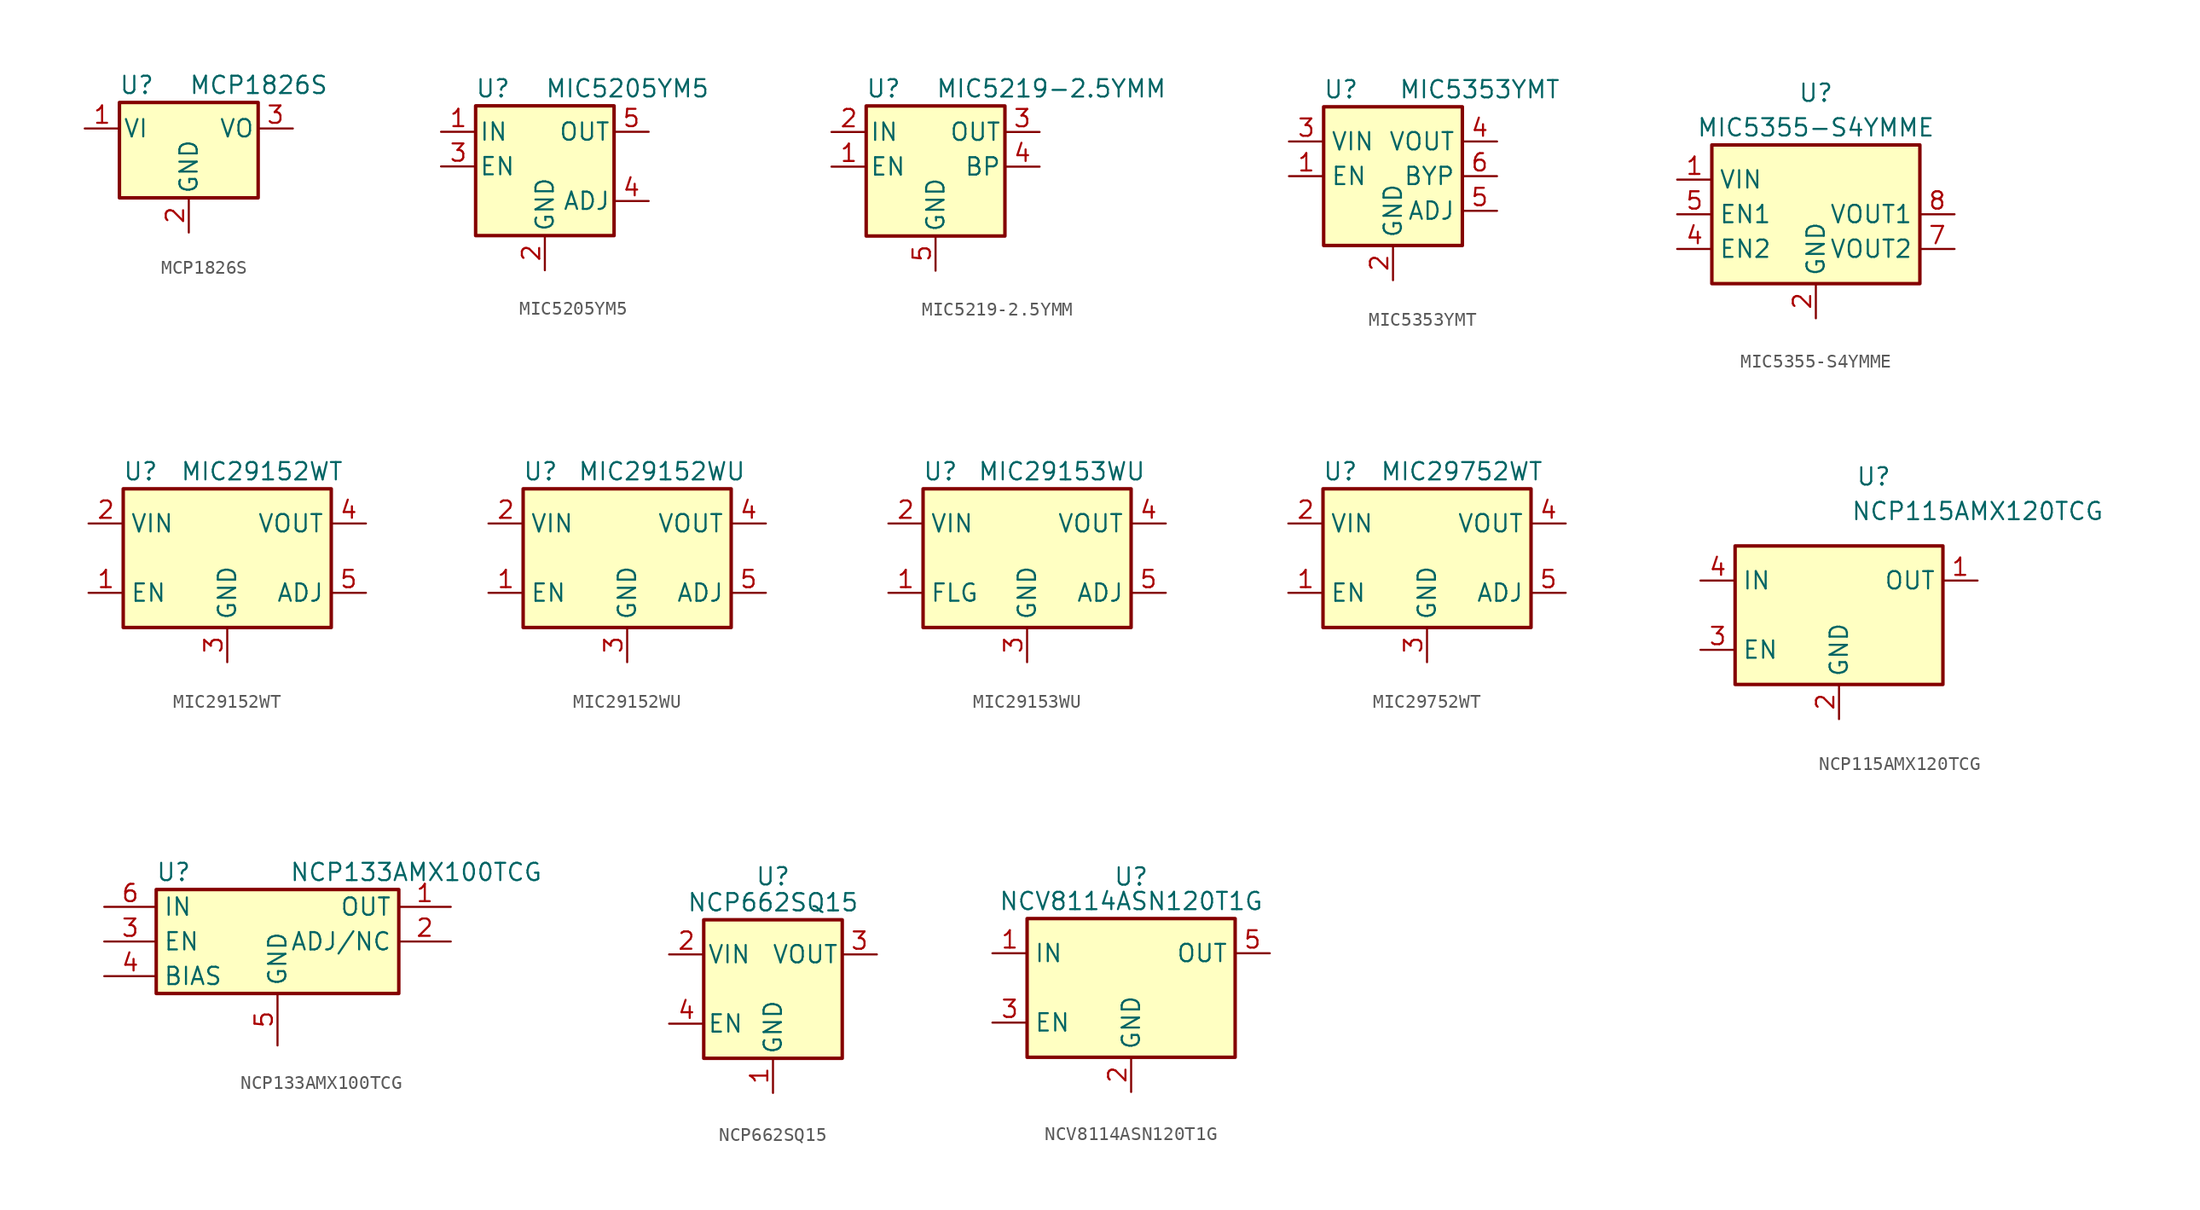
<source format=kicad_sym>
(kicad_symbol_lib
  (version 20211014)
  (generator kicad_symbol_editor)
  (symbol "MCP1826S"
    (pin_names
      (offset 0.254))
    (property "Reference" "U"
      (at -3.81 3.175 0)
      (effects (font (size 1.27 1.27))))
    (property "Value" "MCP1826S"
      (at 0 3.175 0)
      (effects (font (size 1.27 1.27)) (justify left)))
    (symbol "MCP1826S_0_1"
      (rectangle (start -5.08 1.905) (end 5.08 -5.08) (stroke (width 0.254) (type default) (color 0 0 0 0)) (fill (type background))))
    (symbol "MCP1826S_1_1"
      (pin power_in line (at -7.62 0 0) (length 2.54) (name "VI" (effects (font (size 1.27 1.27)))) (number "1" (effects (font (size 1.27 1.27)))))
      (pin power_in line (at 0 -7.62 90) (length 2.54) (name "GND" (effects (font (size 1.27 1.27)))) (number "2" (effects (font (size 1.27 1.27)))))
      (pin power_out line (at 7.62 0 180) (length 2.54) (name "VO" (effects (font (size 1.27 1.27)))) (number "3" (effects (font (size 1.27 1.27)))))))
  (symbol "MIC5205YM5"
    (pin_names
      (offset 0.254))
    (property "Reference" "U"
      (at -3.81 5.715 0)
      (effects (font (size 1.27 1.27))))
    (property "Value" "MIC5205YM5"
      (at 0 5.715 0)
      (effects (font (size 1.27 1.27)) (justify left)))
    (symbol "MIC5205YM5_0_1"
      (rectangle (start -5.08 4.445) (end 5.08 -5.08) (stroke (width 0.254) (type default) (color 0 0 0 0)) (fill (type background))))
    (symbol "MIC5205YM5_1_1"
      (pin power_in line (at -7.62 2.54 0) (length 2.54) (name "IN" (effects (font (size 1.27 1.27)))) (number "1" (effects (font (size 1.27 1.27)))))
      (pin power_in line (at 0 -7.62 90) (length 2.54) (name "GND" (effects (font (size 1.27 1.27)))) (number "2" (effects (font (size 1.27 1.27)))))
      (pin input line (at -7.62 0 0) (length 2.54) (name "EN" (effects (font (size 1.27 1.27)))) (number "3" (effects (font (size 1.27 1.27)))))
      (pin input line (at 7.62 -2.54 180) (length 2.54) (name "ADJ" (effects (font (size 1.27 1.27)))) (number "4" (effects (font (size 1.27 1.27)))))
      (pin power_out line (at 7.62 2.54 180) (length 2.54) (name "OUT" (effects (font (size 1.27 1.27)))) (number "5" (effects (font (size 1.27 1.27)))))))
  (symbol "MIC5219-2.5YMM"
    (pin_names
      (offset 0.254))
    (property "Reference" "U"
      (at -3.81 5.715 0)
      (effects (font (size 1.27 1.27))))
    (property "Value" "MIC5219-2.5YMM"
      (at 0 5.715 0)
      (effects (font (size 1.27 1.27)) (justify left)))
    (symbol "MIC5219-2.5YMM_0_1"
      (rectangle (start -5.08 4.445) (end 5.08 -5.08) (stroke (width 0.254) (type default) (color 0 0 0 0)) (fill (type background))))
    (symbol "MIC5219-2.5YMM_1_1"
      (pin input line (at -7.62 0 0) (length 2.54) (name "EN" (effects (font (size 1.27 1.27)))) (number "1" (effects (font (size 1.27 1.27)))))
      (pin power_in line (at -7.62 2.54 0) (length 2.54) (name "IN" (effects (font (size 1.27 1.27)))) (number "2" (effects (font (size 1.27 1.27)))))
      (pin power_out line (at 7.62 2.54 180) (length 2.54) (name "OUT" (effects (font (size 1.27 1.27)))) (number "3" (effects (font (size 1.27 1.27)))))
      (pin input line (at 7.62 0 180) (length 2.54) (name "BP" (effects (font (size 1.27 1.27)))) (number "4" (effects (font (size 1.27 1.27)))))
      (pin power_in line (at 0 -7.62 90) (length 2.54) (name "GND" (effects (font (size 1.27 1.27)))) (number "5" (effects (font (size 1.27 1.27)))))
      (pin passive line (at 0 -7.62 90) (length 2.54) hide (name "GND" (effects (font (size 1.27 1.27)))) (number "6" (effects (font (size 1.27 1.27)))))
      (pin passive line (at 0 -7.62 90) (length 2.54) hide (name "GND" (effects (font (size 1.27 1.27)))) (number "7" (effects (font (size 1.27 1.27)))))
      (pin passive line (at 0 -7.62 90) (length 2.54) hide (name "GND" (effects (font (size 1.27 1.27)))) (number "8" (effects (font (size 1.27 1.27)))))))
  (symbol "MIC5353YMT"
    (property "Reference" "U"
      (at -3.81 6.35 0)
      (effects (font (size 1.27 1.27))))
    (property "Value" "MIC5353YMT"
      (at 6.35 6.35 0)
      (effects (font (size 1.27 1.27))))
    (symbol "MIC5353YMT_0_1"
      (rectangle (start -5.08 -5.08) (end 5.08 5.08) (stroke (width 0.254) (type default) (color 0 0 0 0)) (fill (type background)))
      (pin input line (at -7.62 0 0) (length 2.54) (name "EN" (effects (font (size 1.27 1.27)))) (number "1" (effects (font (size 1.27 1.27)))))
      (pin power_in line (at 0 -7.62 90) (length 2.54) (name "GND" (effects (font (size 1.27 1.27)))) (number "2" (effects (font (size 1.27 1.27)))))
      (pin power_in line (at -7.62 2.54 0) (length 2.54) (name "VIN" (effects (font (size 1.27 1.27)))) (number "3" (effects (font (size 1.27 1.27)))))
      (pin power_out line (at 7.62 2.54 180) (length 2.54) (name "VOUT" (effects (font (size 1.27 1.27)))) (number "4" (effects (font (size 1.27 1.27)))))
      (pin input line (at 7.62 -2.54 180) (length 2.54) (name "ADJ" (effects (font (size 1.27 1.27)))) (number "5" (effects (font (size 1.27 1.27)))))
      (pin passive line (at 7.62 0 180) (length 2.54) (name "BYP" (effects (font (size 1.27 1.27)))) (number "6" (effects (font (size 1.27 1.27)))))
      (pin passive line (at 0 -7.62 90) (length 2.54) hide (name "GND" (effects (font (size 1.27 1.27)))) (number "7" (effects (font (size 1.27 1.27)))))))
  (symbol "MIC5355-S4YMME"
    (property "Reference" "U"
      (at 0 8.89 0)
      (effects (font (size 1.27 1.27))))
    (property "Value" "MIC5355-S4YMME"
      (at 0 6.35 0)
      (effects (font (size 1.27 1.27))))
    (symbol "MIC5355-S4YMME_0_1"
      (rectangle (start -7.62 5.08) (end 7.62 -5.08) (stroke (width 0.254) (type default) (color 0 0 0 0)) (fill (type background))))
    (symbol "MIC5355-S4YMME_1_1"
      (pin power_in line (at -10.16 2.54 0) (length 2.54) (name "VIN" (effects (font (size 1.27 1.27)))) (number "1" (effects (font (size 1.27 1.27)))))
      (pin power_in line (at 0 -7.62 90) (length 2.54) (name "GND" (effects (font (size 1.27 1.27)))) (number "2" (effects (font (size 1.27 1.27)))))
      (pin no_connect line (at 0 5.08 270) (length 2.54) hide (name "NC" (effects (font (size 1.27 1.27)))) (number "3" (effects (font (size 1.27 1.27)))))
      (pin input line (at -10.16 -2.54 0) (length 2.54) (name "EN2" (effects (font (size 1.27 1.27)))) (number "4" (effects (font (size 1.27 1.27)))))
      (pin input line (at -10.16 0 0) (length 2.54) (name "EN1" (effects (font (size 1.27 1.27)))) (number "5" (effects (font (size 1.27 1.27)))))
      (pin no_connect line (at 7.62 2.54 180) (length 2.54) hide (name "NC" (effects (font (size 1.27 1.27)))) (number "6" (effects (font (size 1.27 1.27)))))
      (pin power_out line (at 10.16 -2.54 180) (length 2.54) (name "VOUT2" (effects (font (size 1.27 1.27)))) (number "7" (effects (font (size 1.27 1.27)))))
      (pin power_out line (at 10.16 0 180) (length 2.54) (name "VOUT1" (effects (font (size 1.27 1.27)))) (number "8" (effects (font (size 1.27 1.27)))))
      (pin passive line (at 0 -7.62 90) (length 2.54) hide (name "GND" (effects (font (size 1.27 1.27)))) (number "9" (effects (font (size 1.27 1.27)))))))
  (symbol "MIC29152WT"
    (property "Reference" "U"
      (at -6.35 6.35 0)
      (effects (font (size 1.27 1.27))))
    (property "Value" "MIC29152WT"
      (at 2.54 6.35 0)
      (effects (font (size 1.27 1.27))))
    (symbol "MIC29152WT_1_1"
      (rectangle (start -7.62 5.08) (end 7.62 -5.08) (stroke (width 0.254) (type default) (color 0 0 0 0)) (fill (type background)))
      (pin input line (at -10.16 -2.54 0) (length 2.54) (name "EN" (effects (font (size 1.27 1.27)))) (number "1" (effects (font (size 1.27 1.27)))))
      (pin power_in line (at -10.16 2.54 0) (length 2.54) (name "VIN" (effects (font (size 1.27 1.27)))) (number "2" (effects (font (size 1.27 1.27)))))
      (pin power_in line (at 0 -7.62 90) (length 2.54) (name "GND" (effects (font (size 1.27 1.27)))) (number "3" (effects (font (size 1.27 1.27)))))
      (pin power_out line (at 10.16 2.54 180) (length 2.54) (name "VOUT" (effects (font (size 1.27 1.27)))) (number "4" (effects (font (size 1.27 1.27)))))
      (pin input line (at 10.16 -2.54 180) (length 2.54) (name "ADJ" (effects (font (size 1.27 1.27)))) (number "5" (effects (font (size 1.27 1.27)))))))
  (symbol "MIC29152WU"
    (property "Reference" "U"
      (at -6.35 6.35 0)
      (effects (font (size 1.27 1.27))))
    (property "Value" "MIC29152WU"
      (at 2.54 6.35 0)
      (effects (font (size 1.27 1.27))))
    (symbol "MIC29152WU_1_1"
      (rectangle (start -7.62 5.08) (end 7.62 -5.08) (stroke (width 0.254) (type default) (color 0 0 0 0)) (fill (type background)))
      (pin input line (at -10.16 -2.54 0) (length 2.54) (name "EN" (effects (font (size 1.27 1.27)))) (number "1" (effects (font (size 1.27 1.27)))))
      (pin power_in line (at -10.16 2.54 0) (length 2.54) (name "VIN" (effects (font (size 1.27 1.27)))) (number "2" (effects (font (size 1.27 1.27)))))
      (pin power_in line (at 0 -7.62 90) (length 2.54) (name "GND" (effects (font (size 1.27 1.27)))) (number "3" (effects (font (size 1.27 1.27)))))
      (pin power_out line (at 10.16 2.54 180) (length 2.54) (name "VOUT" (effects (font (size 1.27 1.27)))) (number "4" (effects (font (size 1.27 1.27)))))
      (pin input line (at 10.16 -2.54 180) (length 2.54) (name "ADJ" (effects (font (size 1.27 1.27)))) (number "5" (effects (font (size 1.27 1.27)))))))
  (symbol "MIC29153WU"
    (property "Reference" "U"
      (at -6.35 6.35 0)
      (effects (font (size 1.27 1.27))))
    (property "Value" "MIC29153WU"
      (at 2.54 6.35 0)
      (effects (font (size 1.27 1.27))))
    (symbol "MIC29153WU_1_1"
      (rectangle (start -7.62 5.08) (end 7.62 -5.08) (stroke (width 0.254) (type default) (color 0 0 0 0)) (fill (type background)))
      (pin open_collector line (at -10.16 -2.54 0) (length 2.54) (name "FLG" (effects (font (size 1.27 1.27)))) (number "1" (effects (font (size 1.27 1.27)))))
      (pin power_in line (at -10.16 2.54 0) (length 2.54) (name "VIN" (effects (font (size 1.27 1.27)))) (number "2" (effects (font (size 1.27 1.27)))))
      (pin power_in line (at 0 -7.62 90) (length 2.54) (name "GND" (effects (font (size 1.27 1.27)))) (number "3" (effects (font (size 1.27 1.27)))))
      (pin power_out line (at 10.16 2.54 180) (length 2.54) (name "VOUT" (effects (font (size 1.27 1.27)))) (number "4" (effects (font (size 1.27 1.27)))))
      (pin input line (at 10.16 -2.54 180) (length 2.54) (name "ADJ" (effects (font (size 1.27 1.27)))) (number "5" (effects (font (size 1.27 1.27)))))))
  (symbol "MIC29752WT"
    (property "Reference" "U"
      (at -6.35 6.35 0)
      (effects (font (size 1.27 1.27))))
    (property "Value" "MIC29752WT"
      (at 2.54 6.35 0)
      (effects (font (size 1.27 1.27))))
    (symbol "MIC29752WT_1_1"
      (rectangle (start -7.62 5.08) (end 7.62 -5.08) (stroke (width 0.254) (type default) (color 0 0 0 0)) (fill (type background)))
      (pin input line (at -10.16 -2.54 0) (length 2.54) (name "EN" (effects (font (size 1.27 1.27)))) (number "1" (effects (font (size 1.27 1.27)))))
      (pin power_in line (at -10.16 2.54 0) (length 2.54) (name "VIN" (effects (font (size 1.27 1.27)))) (number "2" (effects (font (size 1.27 1.27)))))
      (pin power_in line (at 0 -7.62 90) (length 2.54) (name "GND" (effects (font (size 1.27 1.27)))) (number "3" (effects (font (size 1.27 1.27)))))
      (pin power_out line (at 10.16 2.54 180) (length 2.54) (name "VOUT" (effects (font (size 1.27 1.27)))) (number "4" (effects (font (size 1.27 1.27)))))
      (pin input line (at 10.16 -2.54 180) (length 2.54) (name "ADJ" (effects (font (size 1.27 1.27)))) (number "5" (effects (font (size 1.27 1.27)))))))
  (symbol "NCP115AMX120TCG"
    (property "Reference" "U"
      (at 2.54 10.16 0)
      (effects (font (size 1.27 1.27))))
    (property "Value" "NCP115AMX120TCG"
      (at 10.16 7.62 0)
      (effects (font (size 1.27 1.27))))
    (symbol "NCP115AMX120TCG_0_1"
      (rectangle (start -7.62 5.08) (end 7.62 -5.08) (stroke (width 0.254) (type default) (color 0 0 0 0)) (fill (type background))))
    (symbol "NCP115AMX120TCG_1_1"
      (pin power_out line (at 10.16 2.54 180) (length 2.54) (name "OUT" (effects (font (size 1.27 1.27)))) (number "1" (effects (font (size 1.27 1.27)))))
      (pin power_in line (at 0 -7.62 90) (length 2.54) (name "GND" (effects (font (size 1.27 1.27)))) (number "2" (effects (font (size 1.27 1.27)))))
      (pin input line (at -10.16 -2.54 0) (length 2.54) (name "EN" (effects (font (size 1.27 1.27)))) (number "3" (effects (font (size 1.27 1.27)))))
      (pin power_in line (at -10.16 2.54 0) (length 2.54) (name "IN" (effects (font (size 1.27 1.27)))) (number "4" (effects (font (size 1.27 1.27)))))
      (pin passive line (at 0 -7.62 90) (length 2.54) hide (name "GND" (effects (font (size 1.27 1.27)))) (number "5" (effects (font (size 1.27 1.27)))))))
  (symbol "NCP133AMX100TCG"
    (property "Reference" "U"
      (at -7.62 5.08 0)
      (effects (font (size 1.27 1.27))))
    (property "Value" "NCP133AMX100TCG"
      (at 10.16 5.08 0)
      (effects (font (size 1.27 1.27))))
    (symbol "NCP133AMX100TCG_0_1"
      (rectangle (start -8.89 -3.81) (end 8.89 3.81) (stroke (width 0.254) (type default) (color 0 0 0 0)) (fill (type background)))
      (pin power_out line (at 12.7 2.54 180) (length 3.81) (name "OUT" (effects (font (size 1.27 1.27)))) (number "1" (effects (font (size 1.27 1.27)))))
      (pin passive line (at 12.7 0 180) (length 3.81) (name "ADJ/NC" (effects (font (size 1.27 1.27)))) (number "2" (effects (font (size 1.27 1.27)))))
      (pin input line (at -12.7 0 0) (length 3.81) (name "EN" (effects (font (size 1.27 1.27)))) (number "3" (effects (font (size 1.27 1.27)))))
      (pin power_in line (at -12.7 -2.54 0) (length 3.81) (name "BIAS" (effects (font (size 1.27 1.27)))) (number "4" (effects (font (size 1.27 1.27)))))
      (pin power_in line (at 0 -7.62 90) (length 3.81) (name "GND" (effects (font (size 1.27 1.27)))) (number "5" (effects (font (size 1.27 1.27)))))
      (pin power_in line (at -12.7 2.54 0) (length 3.81) (name "IN" (effects (font (size 1.27 1.27)))) (number "6" (effects (font (size 1.27 1.27)))))
      (pin passive line (at 0 -7.62 90) (length 3.81) hide (name "GND" (effects (font (size 1.27 1.27)))) (number "7" (effects (font (size 1.27 1.27)))))))
  (symbol "NCP662SQ15"
    (pin_names
      (offset 0.254))
    (property "Reference" "U"
      (at 0 8.255 0)
      (effects (font (size 1.27 1.27))))
    (property "Value" "NCP662SQ15"
      (at 0 6.35 0)
      (effects (font (size 1.27 1.27))))
    (symbol "NCP662SQ15_0_1"
      (rectangle (start -5.08 5.08) (end 5.08 -5.08) (stroke (width 0.254) (type default) (color 0 0 0 0)) (fill (type background))))
    (symbol "NCP662SQ15_1_1"
      (pin power_in line (at 0 -7.62 90) (length 2.54) (name "GND" (effects (font (size 1.27 1.27)))) (number "1" (effects (font (size 1.27 1.27)))))
      (pin power_in line (at -7.62 2.54 0) (length 2.54) (name "VIN" (effects (font (size 1.27 1.27)))) (number "2" (effects (font (size 1.27 1.27)))))
      (pin power_out line (at 7.62 2.54 180) (length 2.54) (name "VOUT" (effects (font (size 1.27 1.27)))) (number "3" (effects (font (size 1.27 1.27)))))
      (pin input line (at -7.62 -2.54 0) (length 2.54) (name "EN" (effects (font (size 1.27 1.27)))) (number "4" (effects (font (size 1.27 1.27)))))))
  (symbol "NCV8114ASN120T1G"
    (property "Reference" "U"
      (at 0 8.89 0)
      (effects (font (size 1.27 1.27)) (justify top)))
    (property "Value" "NCV8114ASN120T1G"
      (at 0 6.35 0)
      (effects (font (size 1.27 1.27))))
    (symbol "NCV8114ASN120T1G_0_1"
      (rectangle (start -7.62 5.08) (end 7.62 -5.08) (stroke (width 0.254) (type default) (color 0 0 0 0)) (fill (type background))))
    (symbol "NCV8114ASN120T1G_1_1"
      (pin power_in line (at -10.16 2.54 0) (length 2.54) (name "IN" (effects (font (size 1.27 1.27)))) (number "1" (effects (font (size 1.27 1.27)))))
      (pin power_in line (at 0 -7.62 90) (length 2.54) (name "GND" (effects (font (size 1.27 1.27)))) (number "2" (effects (font (size 1.27 1.27)))))
      (pin input line (at -10.16 -2.54 0) (length 2.54) (name "EN" (effects (font (size 1.27 1.27)))) (number "3" (effects (font (size 1.27 1.27)))))
      (pin no_connect line (at 7.62 -2.54 180) (length 2.54) hide (name "NC" (effects (font (size 1.27 1.27)))) (number "4" (effects (font (size 1.27 1.27)))))
      (pin power_out line (at 10.16 2.54 180) (length 2.54) (name "OUT" (effects (font (size 1.27 1.27)))) (number "5" (effects (font (size 1.27 1.27))))))))
</source>
